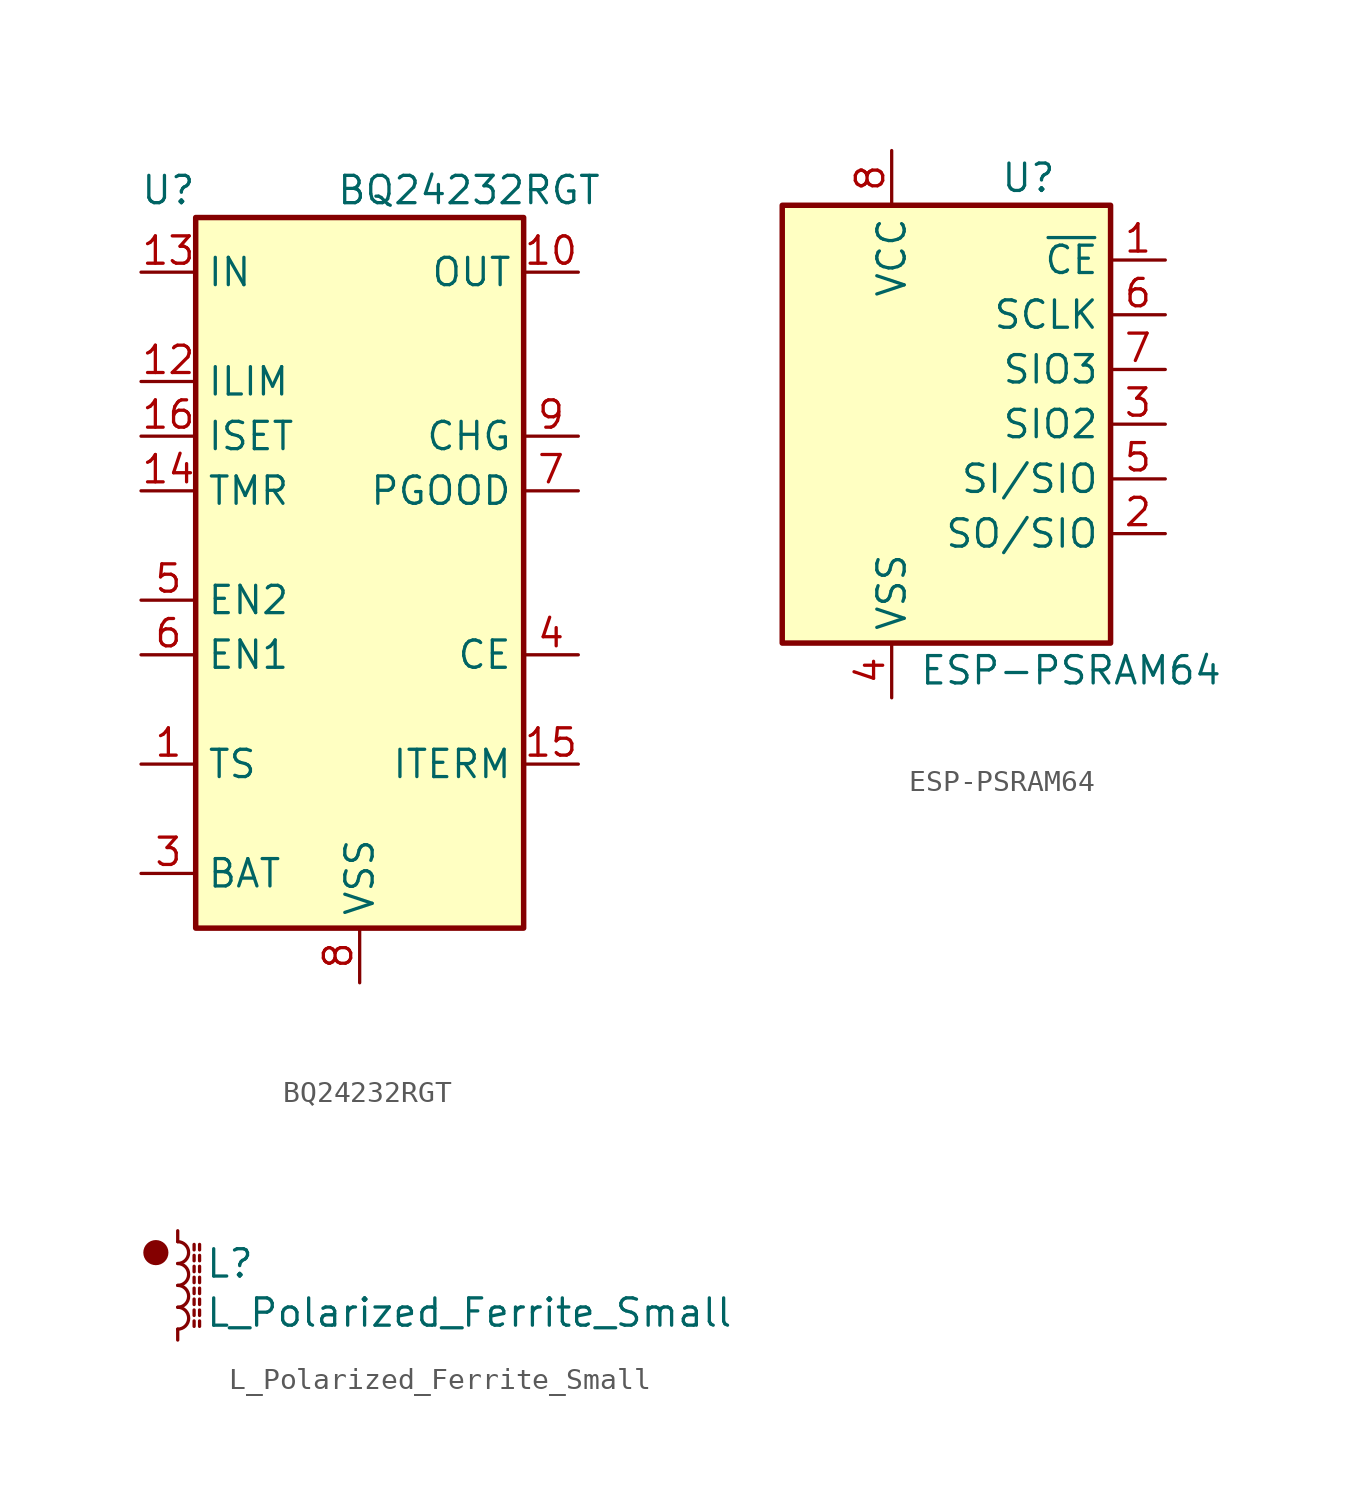
<source format=kicad_sym>
(kicad_symbol_lib
  (version 20241209)
  (generator "kicad_symbol_editor")
  (generator_version "9.0")
  (symbol "BQ24232RGT"
    (property "Reference" "U"
      (at -8.89 19.05 0)
      (effects (font (size 1.27 1.27))))
    (property "Value" "BQ24232RGT"
      (at 5.08 19.05 0)
      (effects (font (size 1.27 1.27))))
    (symbol "BQ24232RGT_0_1"
      (rectangle (start -7.62 17.78) (end 7.62 -15.24) (stroke (width 0.254) (type default)) (fill (type background))))
    (symbol "BQ24232RGT_1_1"
      (pin power_in line (at -10.16 15.24 0) (length 2.54) (name "IN" (effects (font (size 1.27 1.27)))) (number "13" (effects (font (size 1.27 1.27)))))
      (pin passive line (at -10.16 10.16 0) (length 2.54) (name "ILIM" (effects (font (size 1.27 1.27)))) (number "12" (effects (font (size 1.27 1.27)))))
      (pin passive line (at -10.16 7.62 0) (length 2.54) (name "ISET" (effects (font (size 1.27 1.27)))) (number "16" (effects (font (size 1.27 1.27)))))
      (pin passive line (at -10.16 5.08 0) (length 2.54) (name "TMR" (effects (font (size 1.27 1.27)))) (number "14" (effects (font (size 1.27 1.27)))))
      (pin input line (at -10.16 0 0) (length 2.54) (name "EN2" (effects (font (size 1.27 1.27)))) (number "5" (effects (font (size 1.27 1.27)))))
      (pin input line (at -10.16 -2.54 0) (length 2.54) (name "EN1" (effects (font (size 1.27 1.27)))) (number "6" (effects (font (size 1.27 1.27)))))
      (pin passive line (at -10.16 -7.62 0) (length 2.54) (name "TS" (effects (font (size 1.27 1.27)))) (number "1" (effects (font (size 1.27 1.27)))))
      (pin bidirectional line (at -10.16 -12.7 0) (length 2.54) (hide yes) (name "BAT" (effects (font (size 1.27 1.27)))) (number "2" (effects (font (size 1.27 1.27)))))
      (pin bidirectional line (at -10.16 -12.7 0) (length 2.54) (name "BAT" (effects (font (size 1.27 1.27)))) (number "3" (effects (font (size 1.27 1.27)))))
      (pin passive line (at 0 -17.78 90) (length 2.54) (hide yes) (name "VSS" (effects (font (size 1.27 1.27)))) (number "17" (effects (font (size 1.27 1.27)))))
      (pin power_in line (at 0 -17.78 90) (length 2.54) (name "VSS" (effects (font (size 1.27 1.27)))) (number "8" (effects (font (size 1.27 1.27)))))
      (pin power_out line (at 10.16 15.24 180) (length 2.54) (name "OUT" (effects (font (size 1.27 1.27)))) (number "10" (effects (font (size 1.27 1.27)))))
      (pin passive line (at 10.16 15.24 180) (length 2.54) (hide yes) (name "OUT" (effects (font (size 1.27 1.27)))) (number "11" (effects (font (size 1.27 1.27)))))
      (pin open_collector line (at 10.16 7.62 180) (length 2.54) (name "CHG" (effects (font (size 1.27 1.27)))) (number "9" (effects (font (size 1.27 1.27)))))
      (pin open_collector line (at 10.16 5.08 180) (length 2.54) (name "PGOOD" (effects (font (size 1.27 1.27)))) (number "7" (effects (font (size 1.27 1.27)))))
      (pin input line (at 10.16 -2.54 180) (length 2.54) (name "CE" (effects (font (size 1.27 1.27)))) (number "4" (effects (font (size 1.27 1.27)))))
      (pin input line (at 10.16 -7.62 180) (length 2.54) (name "ITERM" (effects (font (size 1.27 1.27)))) (number "15" (effects (font (size 1.27 1.27)))))))
  (symbol "ESP-PSRAM64"
    (property "Reference" "U"
      (at 3.81 11.43 0)
      (effects (font (size 1.27 1.27))))
    (property "Value" "ESP-PSRAM64"
      (at -1.27 -11.43 0)
      (effects (font (size 1.27 1.27)) (justify left)))
    (symbol "ESP-PSRAM64_0_1"
      (rectangle (start -7.62 10.16) (end 7.62 -10.16) (stroke (width 0.254) (type default)) (fill (type background))))
    (symbol "ESP-PSRAM64_1_1"
      (pin power_in line (at -2.54 12.7 270) (length 2.54) (name "VCC" (effects (font (size 1.27 1.27)))) (number "8" (effects (font (size 1.27 1.27)))))
      (pin power_in line (at -2.54 -12.7 90) (length 2.54) (name "VSS" (effects (font (size 1.27 1.27)))) (number "4" (effects (font (size 1.27 1.27)))))
      (pin input line (at 10.16 7.62 180) (length 2.54) (name "~{CE}" (effects (font (size 1.27 1.27)))) (number "1" (effects (font (size 1.27 1.27)))))
      (pin output line (at 10.16 5.08 180) (length 2.54) (name "SCLK" (effects (font (size 1.27 1.27)))) (number "6" (effects (font (size 1.27 1.27)))))
      (pin bidirectional line (at 10.16 2.54 180) (length 2.54) (name "SIO3" (effects (font (size 1.27 1.27)))) (number "7" (effects (font (size 1.27 1.27)))))
      (pin bidirectional line (at 10.16 0 180) (length 2.54) (name "SIO2" (effects (font (size 1.27 1.27)))) (number "3" (effects (font (size 1.27 1.27)))))
      (pin input line (at 10.16 -2.54 180) (length 2.54) (name "SI/SIO" (effects (font (size 1.27 1.27)))) (number "5" (effects (font (size 1.27 1.27)))))
      (pin output line (at 10.16 -5.08 180) (length 2.54) (name "SO/SIO" (effects (font (size 1.27 1.27)))) (number "2" (effects (font (size 1.27 1.27)))))))
  (symbol "L_Polarized_Ferrite_Small"
    (pin_numbers
      (hide yes))
    (pin_names
      (offset 0.254)
      (hide yes))
    (property "Reference" "L"
      (at 1.27 1.016 0)
      (effects (font (size 1.27 1.27)) (justify left)))
    (property "Value" "L_Polarized_Ferrite_Small"
      (at 1.27 -1.27 0)
      (effects (font (size 1.27 1.27)) (justify left)))
    (symbol "L_Polarized_Ferrite_Small_0_1"
      (circle (center -1.016 1.524) (radius 0.508) (stroke (width 0) (type default)) (fill (type outline)))
      (arc (start 0 2.032) (mid 0.5058 1.524) (end 0 1.016) (stroke (width 0) (type default)) (fill (type none)))
      (arc (start 0 1.016) (mid 0.5058 0.508) (end 0 0) (stroke (width 0) (type default)) (fill (type none)))
      (arc (start 0 0) (mid 0.5058 -0.508) (end 0 -1.016) (stroke (width 0) (type default)) (fill (type none)))
      (arc (start 0 -1.016) (mid 0.5058 -1.524) (end 0 -2.032) (stroke (width 0) (type default)) (fill (type none)))
      (polyline (pts (xy 0.762 1.651) (xy 0.762 1.905)) (stroke (width 0) (type default)) (fill (type none)))
      (polyline (pts (xy 0.762 1.143) (xy 0.762 1.397)) (stroke (width 0) (type default)) (fill (type none)))
      (polyline (pts (xy 0.762 0.635) (xy 0.762 0.889)) (stroke (width 0) (type default)) (fill (type none)))
      (polyline (pts (xy 0.762 0.127) (xy 0.762 0.381)) (stroke (width 0) (type default)) (fill (type none)))
      (polyline (pts (xy 0.762 -0.381) (xy 0.762 -0.127)) (stroke (width 0) (type default)) (fill (type none)))
      (polyline (pts (xy 0.762 -0.889) (xy 0.762 -0.635)) (stroke (width 0) (type default)) (fill (type none)))
      (polyline (pts (xy 0.762 -1.397) (xy 0.762 -1.143)) (stroke (width 0) (type default)) (fill (type none)))
      (polyline (pts (xy 0.762 -1.905) (xy 0.762 -1.651)) (stroke (width 0) (type default)) (fill (type none)))
      (polyline (pts (xy 1.016 1.905) (xy 1.016 1.651)) (stroke (width 0) (type default)) (fill (type none)))
      (polyline (pts (xy 1.016 1.397) (xy 1.016 1.143)) (stroke (width 0) (type default)) (fill (type none)))
      (polyline (pts (xy 1.016 0.889) (xy 1.016 0.635)) (stroke (width 0) (type default)) (fill (type none)))
      (polyline (pts (xy 1.016 0.381) (xy 1.016 0.127)) (stroke (width 0) (type default)) (fill (type none)))
      (polyline (pts (xy 1.016 -0.127) (xy 1.016 -0.381)) (stroke (width 0) (type default)) (fill (type none)))
      (polyline (pts (xy 1.016 -0.635) (xy 1.016 -0.889)) (stroke (width 0) (type default)) (fill (type none)))
      (polyline (pts (xy 1.016 -1.143) (xy 1.016 -1.397)) (stroke (width 0) (type default)) (fill (type none)))
      (polyline (pts (xy 1.016 -1.651) (xy 1.016 -1.905)) (stroke (width 0) (type default)) (fill (type none))))
    (symbol "L_Polarized_Ferrite_Small_1_1"
      (pin passive line (at 0 2.54 270) (length 0.508) (name "~" (effects (font (size 1.27 1.27)))) (number "1" (effects (font (size 1.27 1.27)))))
      (pin passive line (at 0 -2.54 90) (length 0.508) (name "~" (effects (font (size 1.27 1.27)))) (number "2" (effects (font (size 1.27 1.27))))))))
</source>
